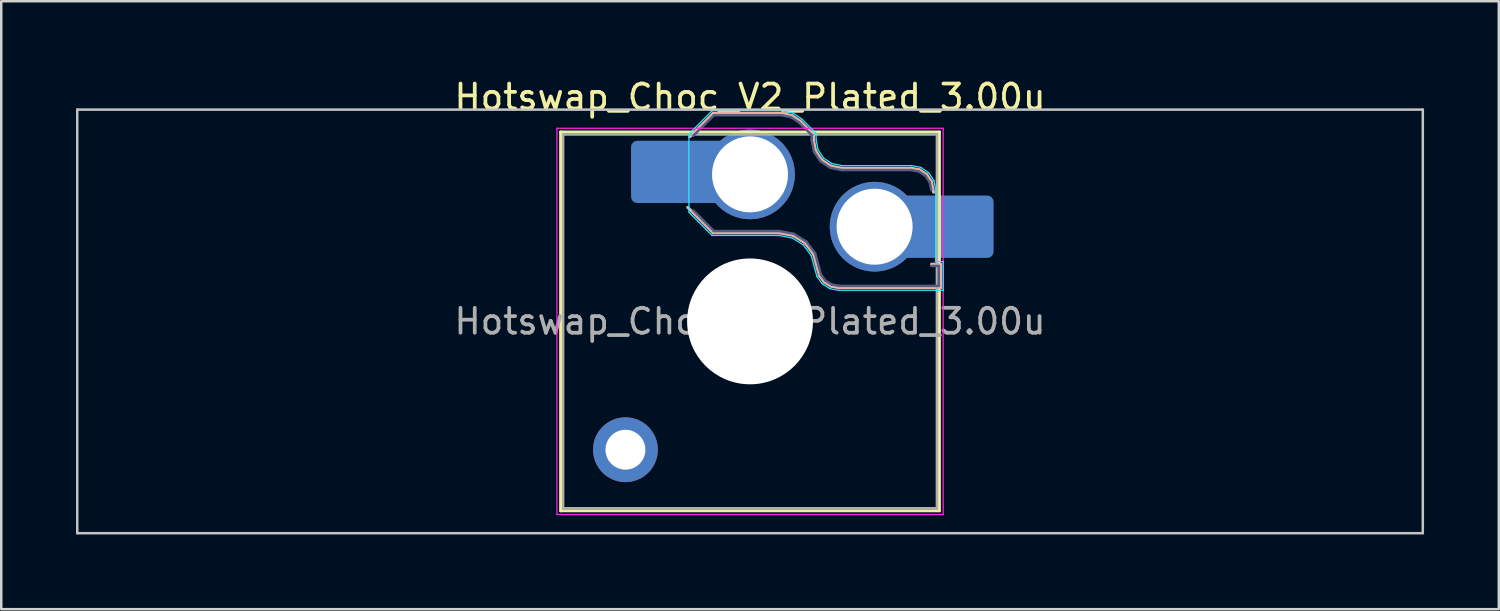
<source format=kicad_pcb>
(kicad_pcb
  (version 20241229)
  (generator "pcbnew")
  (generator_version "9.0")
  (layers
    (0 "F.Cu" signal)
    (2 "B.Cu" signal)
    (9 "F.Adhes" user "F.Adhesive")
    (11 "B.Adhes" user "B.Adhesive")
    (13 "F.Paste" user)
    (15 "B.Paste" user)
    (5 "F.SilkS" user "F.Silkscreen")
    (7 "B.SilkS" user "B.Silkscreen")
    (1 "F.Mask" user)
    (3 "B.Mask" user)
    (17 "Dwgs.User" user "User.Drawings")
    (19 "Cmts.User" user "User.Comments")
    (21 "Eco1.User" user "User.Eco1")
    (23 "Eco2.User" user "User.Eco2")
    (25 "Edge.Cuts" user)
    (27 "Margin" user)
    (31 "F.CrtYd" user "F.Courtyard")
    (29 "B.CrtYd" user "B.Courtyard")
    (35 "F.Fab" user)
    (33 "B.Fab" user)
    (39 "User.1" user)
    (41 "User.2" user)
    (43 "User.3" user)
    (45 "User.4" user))
  (footprint "Hotswap_Choc_V2_Plated_3.00u"
    (layer "F.Cu")
    (at 27.05 9.848)
    (property "Reference" "Hotswap_Choc_V2_Plated_3.00u" (at 0 -9 0) (layer "F.SilkS") (effects (font (size 1 1) (thickness 0.15))))
    (attr smd allow_soldermask_bridges)
    (fp_line (start -7.6 -7.6) (end -7.6 7.6) (stroke (width 0.12) (type solid)) (layer "F.SilkS"))
    (fp_line (start -7.6 7.6) (end 7.6 7.6) (stroke (width 0.12) (type solid)) (layer "F.SilkS"))
    (fp_line (start 7.6 -7.6) (end -7.6 -7.6) (stroke (width 0.12) (type solid)) (layer "F.SilkS"))
    (fp_line (start 7.6 7.6) (end 7.6 -7.6) (stroke (width 0.12) (type solid)) (layer "F.SilkS"))
    (fp_line (start -2.416 -7.409) (end -1.479 -8.346) (stroke (width 0.12) (type solid)) (layer "B.SilkS"))
    (fp_line (start -1.479 -8.346) (end 1.268 -8.346) (stroke (width 0.12) (type solid)) (layer "B.SilkS"))
    (fp_line (start -1.479 -3.554) (end -2.5 -4.575) (stroke (width 0.12) (type solid)) (layer "B.SilkS"))
    (fp_line (start 1.168 -3.554) (end -1.479 -3.554) (stroke (width 0.12) (type solid)) (layer "B.SilkS"))
    (fp_line (start 1.268 -8.346) (end 1.671 -8.266) (stroke (width 0.12) (type solid)) (layer "B.SilkS"))
    (fp_line (start 1.671 -8.266) (end 2.013 -8.037) (stroke (width 0.12) (type solid)) (layer "B.SilkS"))
    (fp_line (start 1.73 -3.449) (end 1.168 -3.554) (stroke (width 0.12) (type solid)) (layer "B.SilkS"))
    (fp_line (start 2.013 -8.037) (end 2.546 -7.504) (stroke (width 0.12) (type solid)) (layer "B.SilkS"))
    (fp_line (start 2.209 -3.15) (end 1.73 -3.449) (stroke (width 0.12) (type solid)) (layer "B.SilkS"))
    (fp_line (start 2.546 -7.504) (end 2.546 -7.282) (stroke (width 0.12) (type solid)) (layer "B.SilkS"))
    (fp_line (start 2.546 -7.282) (end 2.633 -6.844) (stroke (width 0.12) (type solid)) (layer "B.SilkS"))
    (fp_line (start 2.547 -2.697) (end 2.209 -3.15) (stroke (width 0.12) (type solid)) (layer "B.SilkS"))
    (fp_line (start 2.633 -6.844) (end 2.877 -6.477) (stroke (width 0.12) (type solid)) (layer "B.SilkS"))
    (fp_line (start 2.701 -2.139) (end 2.547 -2.697) (stroke (width 0.12) (type solid)) (layer "B.SilkS"))
    (fp_line (start 2.783 -1.841) (end 2.701 -2.139) (stroke (width 0.12) (type solid)) (layer "B.SilkS"))
    (fp_line (start 2.877 -6.477) (end 3.244 -6.233) (stroke (width 0.12) (type solid)) (layer "B.SilkS"))
    (fp_line (start 2.976 -1.583) (end 2.783 -1.841) (stroke (width 0.12) (type solid)) (layer "B.SilkS"))
    (fp_line (start 3.244 -6.233) (end 3.682 -6.146) (stroke (width 0.12) (type solid)) (layer "B.SilkS"))
    (fp_line (start 3.25 -1.413) (end 2.976 -1.583) (stroke (width 0.12) (type solid)) (layer "B.SilkS"))
    (fp_line (start 3.56 -1.354) (end 3.25 -1.413) (stroke (width 0.12) (type solid)) (layer "B.SilkS"))
    (fp_line (start 3.682 -6.146) (end 6.482 -6.146) (stroke (width 0.12) (type solid)) (layer "B.SilkS"))
    (fp_line (start 6.482 -6.146) (end 6.809 -6.081) (stroke (width 0.12) (type solid)) (layer "B.SilkS"))
    (fp_line (start 6.809 -6.081) (end 7.092 -5.892) (stroke (width 0.12) (type solid)) (layer "B.SilkS"))
    (fp_line (start 7.092 -5.892) (end 7.281 -5.609) (stroke (width 0.12) (type solid)) (layer "B.SilkS"))
    (fp_line (start 7.281 -5.609) (end 7.366 -5.182) (stroke (width 0.12) (type solid)) (layer "B.SilkS"))
    (fp_line (start 7.283 -2.296) (end 7.646 -2.296) (stroke (width 0.12) (type solid)) (layer "B.SilkS"))
    (fp_line (start 7.646 -2.296) (end 7.646 -1.354) (stroke (width 0.12) (type solid)) (layer "B.SilkS"))
    (fp_line (start 7.646 -1.354) (end 3.56 -1.354) (stroke (width 0.12) (type solid)) (layer "B.SilkS"))
    (fp_line (start -27 -8.5) (end -27 8.5) (stroke (width 0.1) (type solid)) (layer "Dwgs.User"))
    (fp_line (start -27 8.5) (end 27 8.5) (stroke (width 0.1) (type solid)) (layer "Dwgs.User"))
    (fp_line (start 27 -8.5) (end -27 -8.5) (stroke (width 0.1) (type solid)) (layer "Dwgs.User"))
    (fp_line (start 27 8.5) (end 27 -8.5) (stroke (width 0.1) (type solid)) (layer "Dwgs.User"))
    (fp_line (start -7.25 -7.25) (end -7.25 7.25) (stroke (width 0.1) (type solid)) (layer "Eco1.User"))
    (fp_line (start -7.25 7.25) (end 7.25 7.25) (stroke (width 0.1) (type solid)) (layer "Eco1.User"))
    (fp_line (start 7.25 -7.25) (end -7.25 -7.25) (stroke (width 0.1) (type solid)) (layer "Eco1.User"))
    (fp_line (start 7.25 7.25) (end 7.25 -7.25) (stroke (width 0.1) (type solid)) (layer "Eco1.User"))
    (fp_line (start -2.452 -7.523) (end -1.523 -8.452) (stroke (width 0.05) (type solid)) (layer "B.CrtYd"))
    (fp_line (start -2.452 -4.377) (end -2.452 -7.523) (stroke (width 0.05) (type solid)) (layer "B.CrtYd"))
    (fp_line (start -1.523 -8.452) (end 1.278 -8.452) (stroke (width 0.05) (type solid)) (layer "B.CrtYd"))
    (fp_line (start -1.523 -3.448) (end -2.452 -4.377) (stroke (width 0.05) (type solid)) (layer "B.CrtYd"))
    (fp_line (start 1.159 -3.448) (end -1.523 -3.448) (stroke (width 0.05) (type solid)) (layer "B.CrtYd"))
    (fp_line (start 1.278 -8.452) (end 1.712 -8.366) (stroke (width 0.05) (type solid)) (layer "B.CrtYd"))
    (fp_line (start 1.691 -3.348) (end 1.159 -3.448) (stroke (width 0.05) (type solid)) (layer "B.CrtYd"))
    (fp_line (start 1.712 -8.366) (end 2.081 -8.119) (stroke (width 0.05) (type solid)) (layer "B.CrtYd"))
    (fp_line (start 2.081 -8.119) (end 2.652 -7.548) (stroke (width 0.05) (type solid)) (layer "B.CrtYd"))
    (fp_line (start 2.136 -3.071) (end 1.691 -3.348) (stroke (width 0.05) (type solid)) (layer "B.CrtYd"))
    (fp_line (start 2.45 -2.65) (end 2.136 -3.071) (stroke (width 0.05) (type solid)) (layer "B.CrtYd"))
    (fp_line (start 2.599 -2.111) (end 2.45 -2.65) (stroke (width 0.05) (type solid)) (layer "B.CrtYd"))
    (fp_line (start 2.652 -7.548) (end 2.652 -7.292) (stroke (width 0.05) (type solid)) (layer "B.CrtYd"))
    (fp_line (start 2.652 -7.292) (end 2.733 -6.885) (stroke (width 0.05) (type solid)) (layer "B.CrtYd"))
    (fp_line (start 2.687 -1.794) (end 2.599 -2.111) (stroke (width 0.05) (type solid)) (layer "B.CrtYd"))
    (fp_line (start 2.733 -6.885) (end 2.953 -6.553) (stroke (width 0.05) (type solid)) (layer "B.CrtYd"))
    (fp_line (start 2.903 -1.503) (end 2.687 -1.794) (stroke (width 0.05) (type solid)) (layer "B.CrtYd"))
    (fp_line (start 2.953 -6.553) (end 3.285 -6.333) (stroke (width 0.05) (type solid)) (layer "B.CrtYd"))
    (fp_line (start 3.211 -1.312) (end 2.903 -1.503) (stroke (width 0.05) (type solid)) (layer "B.CrtYd"))
    (fp_line (start 3.285 -6.333) (end 3.692 -6.252) (stroke (width 0.05) (type solid)) (layer "B.CrtYd"))
    (fp_line (start 3.55 -1.248) (end 3.211 -1.312) (stroke (width 0.05) (type solid)) (layer "B.CrtYd"))
    (fp_line (start 3.692 -6.252) (end 6.492 -6.252) (stroke (width 0.05) (type solid)) (layer "B.CrtYd"))
    (fp_line (start 6.492 -6.252) (end 6.85 -6.181) (stroke (width 0.05) (type solid)) (layer "B.CrtYd"))
    (fp_line (start 6.85 -6.181) (end 7.168 -5.968) (stroke (width 0.05) (type solid)) (layer "B.CrtYd"))
    (fp_line (start 7.168 -5.968) (end 7.381 -5.65) (stroke (width 0.05) (type solid)) (layer "B.CrtYd"))
    (fp_line (start 7.381 -5.65) (end 7.452 -5.292) (stroke (width 0.05) (type solid)) (layer "B.CrtYd"))
    (fp_line (start 7.452 -5.292) (end 7.452 -2.402) (stroke (width 0.05) (type solid)) (layer "B.CrtYd"))
    (fp_line (start 7.452 -2.402) (end 7.752 -2.402) (stroke (width 0.05) (type solid)) (layer "B.CrtYd"))
    (fp_line (start 7.752 -2.402) (end 7.752 -1.248) (stroke (width 0.05) (type solid)) (layer "B.CrtYd"))
    (fp_line (start 7.752 -1.248) (end 3.55 -1.248) (stroke (width 0.05) (type solid)) (layer "B.CrtYd"))
    (fp_line (start -7.75 -7.75) (end -7.75 7.75) (stroke (width 0.05) (type solid)) (layer "F.CrtYd"))
    (fp_line (start -7.75 7.75) (end 7.75 7.75) (stroke (width 0.05) (type solid)) (layer "F.CrtYd"))
    (fp_line (start 7.75 -7.75) (end -7.75 -7.75) (stroke (width 0.05) (type solid)) (layer "F.CrtYd"))
    (fp_line (start 7.75 7.75) (end 7.75 -7.75) (stroke (width 0.05) (type solid)) (layer "F.CrtYd"))
    (fp_line (start -2.275 -7.45) (end -1.45 -8.275) (stroke (width 0.1) (type solid)) (layer "B.Fab"))
    (fp_line (start -1.45 -8.275) (end 1.261 -8.275) (stroke (width 0.1) (type solid)) (layer "B.Fab"))
    (fp_line (start -1.45 -3.625) (end -2.275 -4.45) (stroke (width 0.1) (type solid)) (layer "B.Fab"))
    (fp_line (start 1.175 -3.625) (end -1.45 -3.625) (stroke (width 0.1) (type solid)) (layer "B.Fab"))
    (fp_line (start 1.261 -8.275) (end 1.643 -8.199) (stroke (width 0.1) (type solid)) (layer "B.Fab"))
    (fp_line (start 1.643 -8.199) (end 1.968 -7.982) (stroke (width 0.1) (type solid)) (layer "B.Fab"))
    (fp_line (start 1.756 -3.516) (end 1.175 -3.625) (stroke (width 0.1) (type solid)) (layer "B.Fab"))
    (fp_line (start 1.968 -7.982) (end 2.475 -7.475) (stroke (width 0.1) (type solid)) (layer "B.Fab"))
    (fp_line (start 2.258 -3.203) (end 1.756 -3.516) (stroke (width 0.1) (type solid)) (layer "B.Fab"))
    (fp_line (start 2.475 -7.475) (end 2.475 -7.275) (stroke (width 0.1) (type solid)) (layer "B.Fab"))
    (fp_line (start 2.475 -7.275) (end 2.566 -6.816) (stroke (width 0.1) (type solid)) (layer "B.Fab"))
    (fp_line (start 2.566 -6.816) (end 2.826 -6.426) (stroke (width 0.1) (type solid)) (layer "B.Fab"))
    (fp_line (start 2.612 -2.729) (end 2.258 -3.203) (stroke (width 0.1) (type solid)) (layer "B.Fab"))
    (fp_line (start 2.769 -2.158) (end 2.612 -2.729) (stroke (width 0.1) (type solid)) (layer "B.Fab"))
    (fp_line (start 2.826 -6.426) (end 3.216 -6.166) (stroke (width 0.1) (type solid)) (layer "B.Fab"))
    (fp_line (start 2.848 -1.873) (end 2.769 -2.158) (stroke (width 0.1) (type solid)) (layer "B.Fab"))
    (fp_line (start 3.025 -1.636) (end 2.848 -1.873) (stroke (width 0.1) (type solid)) (layer "B.Fab"))
    (fp_line (start 3.216 -6.166) (end 3.675 -6.075) (stroke (width 0.1) (type solid)) (layer "B.Fab"))
    (fp_line (start 3.276 -1.48) (end 3.025 -1.636) (stroke (width 0.1) (type solid)) (layer "B.Fab"))
    (fp_line (start 3.567 -1.425) (end 3.276 -1.48) (stroke (width 0.1) (type solid)) (layer "B.Fab"))
    (fp_line (start 3.675 -6.075) (end 6.475 -6.075) (stroke (width 0.1) (type solid)) (layer "B.Fab"))
    (fp_line (start 6.475 -6.075) (end 6.781 -6.014) (stroke (width 0.1) (type solid)) (layer "B.Fab"))
    (fp_line (start 6.781 -6.014) (end 7.041 -5.841) (stroke (width 0.1) (type solid)) (layer "B.Fab"))
    (fp_line (start 7.041 -5.841) (end 7.214 -5.581) (stroke (width 0.1) (type solid)) (layer "B.Fab"))
    (fp_line (start 7.214 -5.581) (end 7.275 -5.275) (stroke (width 0.1) (type solid)) (layer "B.Fab"))
    (fp_line (start 7.275 -2.225) (end 7.575 -2.225) (stroke (width 0.1) (type solid)) (layer "B.Fab"))
    (fp_line (start 7.575 -2.225) (end 7.575 -1.425) (stroke (width 0.1) (type solid)) (layer "B.Fab"))
    (fp_line (start 7.575 -1.425) (end 3.567 -1.425) (stroke (width 0.1) (type solid)) (layer "B.Fab"))
    (fp_line (start -7.5 -7.5) (end -7.5 7.5) (stroke (width 0.1) (type solid)) (layer "F.Fab"))
    (fp_line (start -7.5 7.5) (end 7.5 7.5) (stroke (width 0.1) (type solid)) (layer "F.Fab"))
    (fp_line (start 7.5 -7.5) (end -7.5 -7.5) (stroke (width 0.1) (type solid)) (layer "F.Fab"))
    (fp_line (start 7.5 7.5) (end 7.5 -7.5) (stroke (width 0.1) (type solid)) (layer "F.Fab"))
    (fp_text user "${REFERENCE}" (at 0 0 0) (layer "F.Fab") (effects (font (size 1 1) (thickness 0.15))))
    (pad "" thru_hole circle (at -5 5.15) (size 2.6 2.6) (drill 1.6) (layers "*.Cu" "*.Mask"))
    (pad "" smd roundrect (at -3.5 -6) (size 2.55 2.5) (layers "B.Mask" "B.Paste") (roundrect_rratio 0.1))
    (pad "" np_thru_hole circle (at 0 0) (size 5.05 5.05) (drill 5.05) (layers "*.Cu" "*.Mask"))
    (pad "" smd roundrect (at 8.5 -3.8) (size 2.55 2.5) (layers "B.Mask" "B.Paste") (roundrect_rratio 0.1))
    (pad "1" smd roundrect (at -2.85 -6) (size 3.85 2.5) (layers "B.Cu") (roundrect_rratio 0.1))
    (pad "1" thru_hole circle (at 0 -5.9) (size 3.6 3.6) (drill 3.05) (layers "*.Cu" "*.Mask"))
    (pad "2" thru_hole circle (at 5 -3.8) (size 3.6 3.6) (drill 3.05) (layers "*.Cu" "*.Mask"))
    (pad "2" smd roundrect (at 7.85 -3.8) (size 3.85 2.5) (layers "B.Cu") (roundrect_rratio 0.1)))
  (gr_rect
    (start -3 -3)
    (end 57.1 21.398)
    (stroke (width 0.1) (type default))
    (fill no)
    (layer "Edge.Cuts")))
</source>
